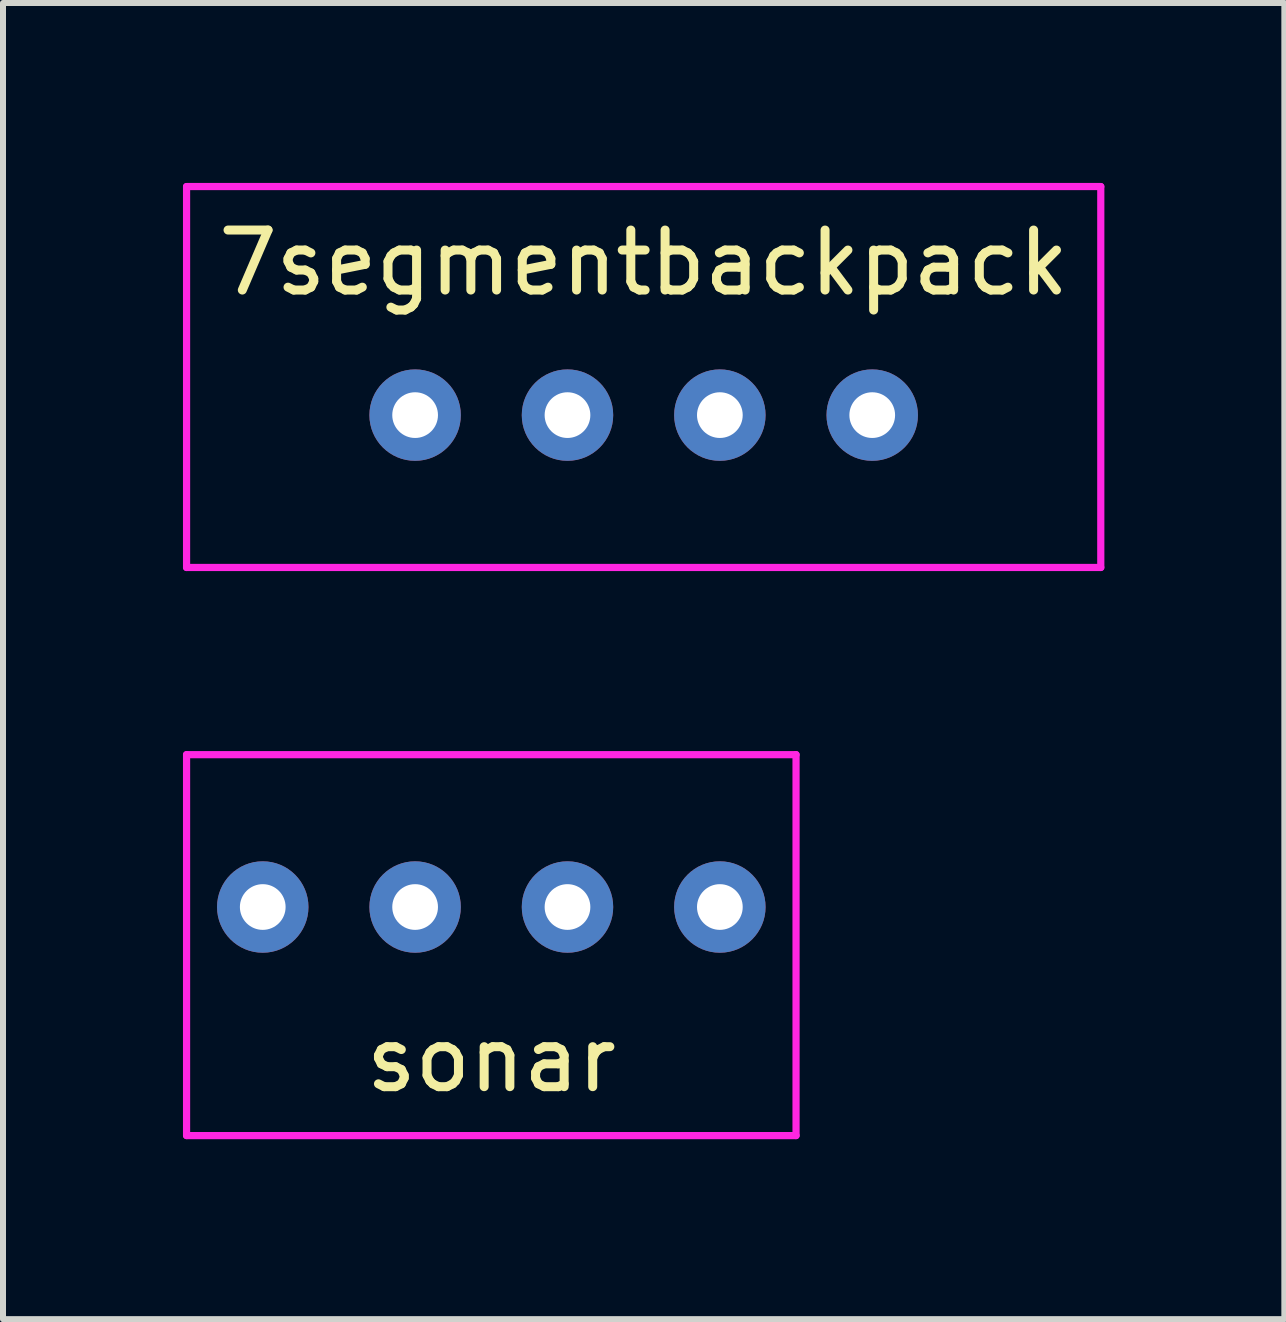
<source format=kicad_pcb>
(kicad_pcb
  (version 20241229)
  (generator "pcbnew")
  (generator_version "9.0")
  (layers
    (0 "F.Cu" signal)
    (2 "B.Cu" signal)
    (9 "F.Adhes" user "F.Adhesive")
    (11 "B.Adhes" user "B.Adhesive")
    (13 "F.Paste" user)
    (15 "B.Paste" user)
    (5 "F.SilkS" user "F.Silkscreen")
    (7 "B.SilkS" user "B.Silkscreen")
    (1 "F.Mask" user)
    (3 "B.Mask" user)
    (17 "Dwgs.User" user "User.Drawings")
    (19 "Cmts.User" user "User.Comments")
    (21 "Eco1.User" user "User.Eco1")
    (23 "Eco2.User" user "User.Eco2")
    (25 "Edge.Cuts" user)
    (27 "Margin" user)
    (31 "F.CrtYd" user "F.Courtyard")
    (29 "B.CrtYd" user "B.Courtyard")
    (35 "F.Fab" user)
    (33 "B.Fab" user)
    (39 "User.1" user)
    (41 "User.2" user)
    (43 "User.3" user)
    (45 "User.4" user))
  (footprint "7segmentbackpack"
    (layer "F.Cu")
    (at 7.68 2.6)
    (property "Reference" "7segmentbackpack" (at 0 -1.27 0) (layer "F.SilkS") (effects (font (size 1 1) (thickness 0.15))))
    (attr through_hole)
    (fp_line (start -7.62 -2.54) (end -7.62 3.81) (stroke (width 0.12) (type solid)) (layer "F.CrtYd"))
    (fp_line (start -7.62 3.81) (end 7.62 3.81) (stroke (width 0.12) (type solid)) (layer "F.CrtYd"))
    (fp_line (start 7.62 -2.54) (end -7.62 -2.54) (stroke (width 0.12) (type solid)) (layer "F.CrtYd"))
    (fp_line (start 7.62 3.81) (end 7.62 -2.54) (stroke (width 0.12) (type solid)) (layer "F.CrtYd"))
    (pad "+" thru_hole circle (at -3.81 1.27) (size 1.524 1.524) (drill 0.762) (layers "*.Cu" "*.Mask"))
    (pad "-" thru_hole circle (at -1.27 1.27) (size 1.524 1.524) (drill 0.762) (layers "*.Cu" "*.Mask"))
    (pad "C" thru_hole circle (at 3.81 1.27) (size 1.524 1.524) (drill 0.762) (layers "*.Cu" "*.Mask"))
    (pad "D" thru_hole circle (at 1.27 1.27) (size 1.524 1.524) (drill 0.762) (layers "*.Cu" "*.Mask")))
  (footprint "sonar"
    (layer "F.Cu")
    (at 5.14 10.8)
    (property "Reference" "sonar" (at 0 3.81 0) (layer "F.SilkS") (effects (font (size 1 1) (thickness 0.15))))
    (attr through_hole)
    (fp_line (start -5.08 -1.27) (end -5.08 5.08) (stroke (width 0.12) (type solid)) (layer "F.CrtYd"))
    (fp_line (start -5.08 5.08) (end 5.08 5.08) (stroke (width 0.12) (type solid)) (layer "F.CrtYd"))
    (fp_line (start 5.08 -1.27) (end -5.08 -1.27) (stroke (width 0.12) (type solid)) (layer "F.CrtYd"))
    (fp_line (start 5.08 5.08) (end 5.08 -1.27) (stroke (width 0.12) (type solid)) (layer "F.CrtYd"))
    (pad "ECHO" thru_hole circle (at 1.27 1.27) (size 1.524 1.524) (drill 0.762) (layers "*.Cu" "*.Mask"))
    (pad "GND" thru_hole circle (at 3.81 1.27) (size 1.524 1.524) (drill 0.762) (layers "*.Cu" "*.Mask"))
    (pad "TRIG" thru_hole circle (at -1.27 1.27) (size 1.524 1.524) (drill 0.762) (layers "*.Cu" "*.Mask"))
    (pad "VCC" thru_hole circle (at -3.81 1.27) (size 1.524 1.524) (drill 0.762) (layers "*.Cu" "*.Mask")))
  (gr_rect
    (start -3 -3)
    (end 18.36 18.94)
    (stroke (width 0.1) (type default))
    (fill no)
    (layer "Edge.Cuts")))
</source>
